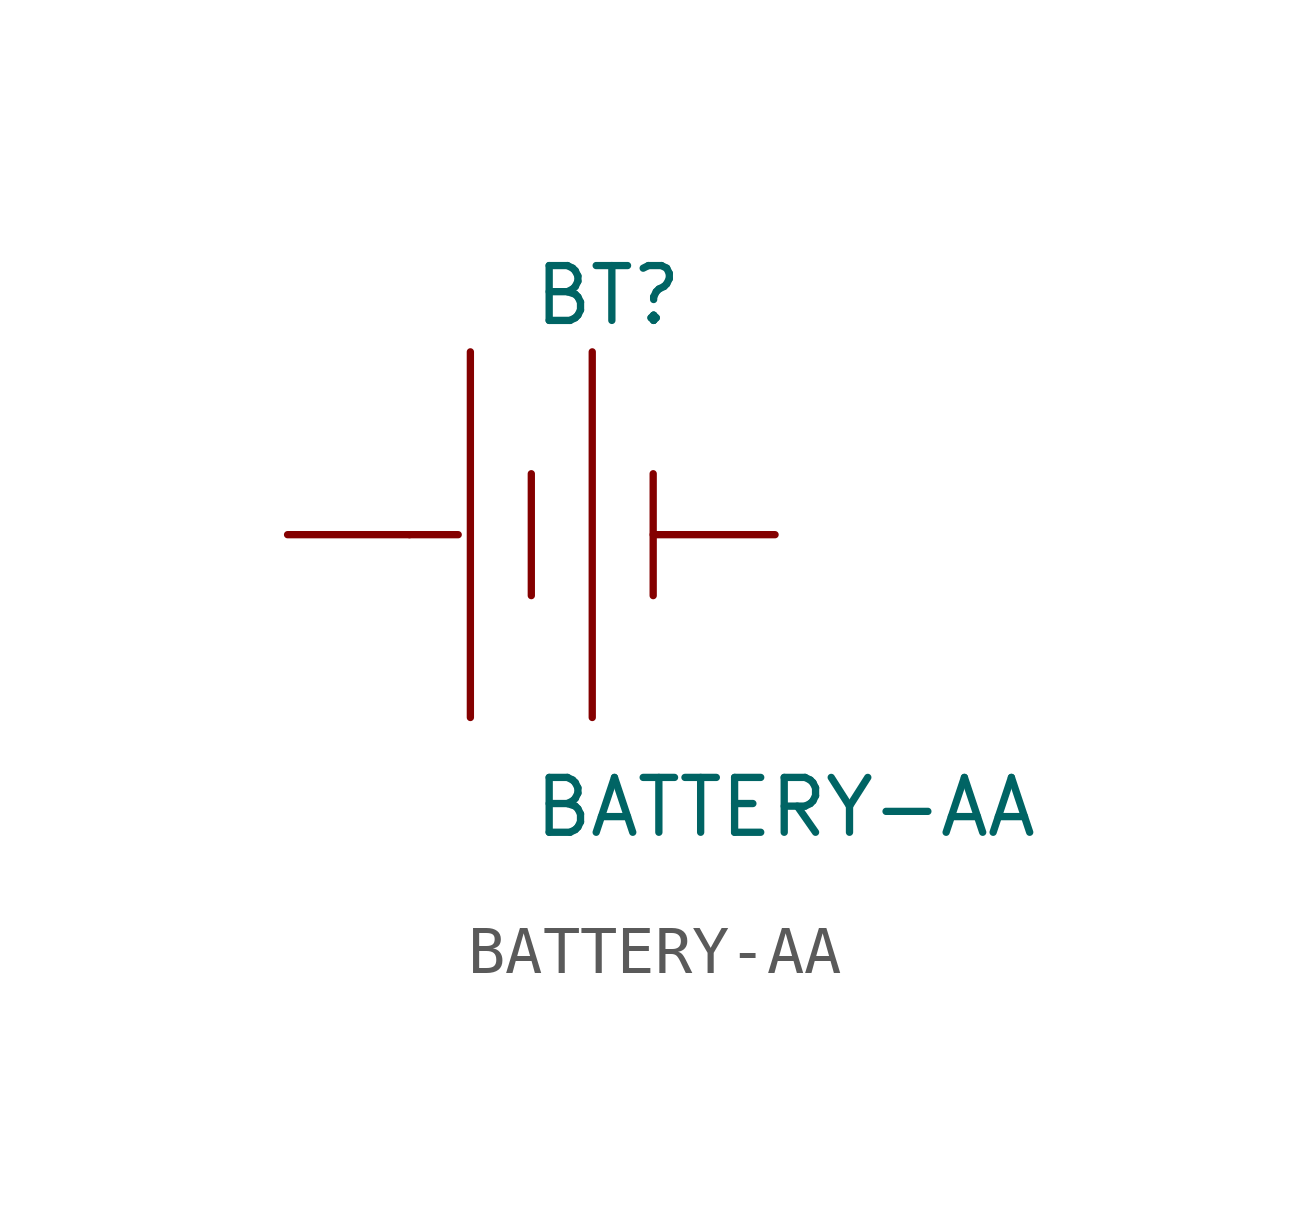
<source format=kicad_sym>
(kicad_symbol_lib
  (version 20211014)
  (generator kicad_symbol_editor)
  (symbol "BATTERY-AA"
    (pin_numbers hide)
    (pin_names
      (offset 1.016) hide)
    (property "Reference" "BT"
      (at 0 4.318 0)
      (effects (font (size 1.143 1.143)) (justify left bottom)))
    (property "Value" "BATTERY-AA"
      (at 0 -6.35 0)
      (effects (font (size 1.143 1.143)) (justify left bottom)))
    (property "ki_locked" ""
      (at 0 0 0)
      (effects (font (size 1.27 1.27))))
    (symbol "BATTERY-AA_1_0"
      (polyline (pts (xy -2.54 0) (xy -1.524 0)) (stroke (width 0) (type default) (color 0 0 0 0)) (fill (type none)))
      (polyline (pts (xy -1.27 3.81) (xy -1.27 -3.81)) (stroke (width 0) (type default) (color 0 0 0 0)) (fill (type none)))
      (polyline (pts (xy 0 1.27) (xy 0 -1.27)) (stroke (width 0) (type default) (color 0 0 0 0)) (fill (type none)))
      (polyline (pts (xy 1.27 3.81) (xy 1.27 -3.81)) (stroke (width 0) (type default) (color 0 0 0 0)) (fill (type none)))
      (polyline (pts (xy 2.54 1.27) (xy 2.54 -1.27)) (stroke (width 0) (type default) (color 0 0 0 0)) (fill (type none))))
    (symbol "BATTERY-AA_1_1"
      (pin power_in line (at 5.08 0 180) (length 2.54) (name "-" (effects (font (size 1.016 1.016)))) (number "GND@" (effects (font (size 1.016 1.016)))))
      (pin power_in line (at -5.08 0 0) (length 2.54) (name "+" (effects (font (size 1.016 1.016)))) (number "PWR@" (effects (font (size 1.016 1.016))))))))
</source>
